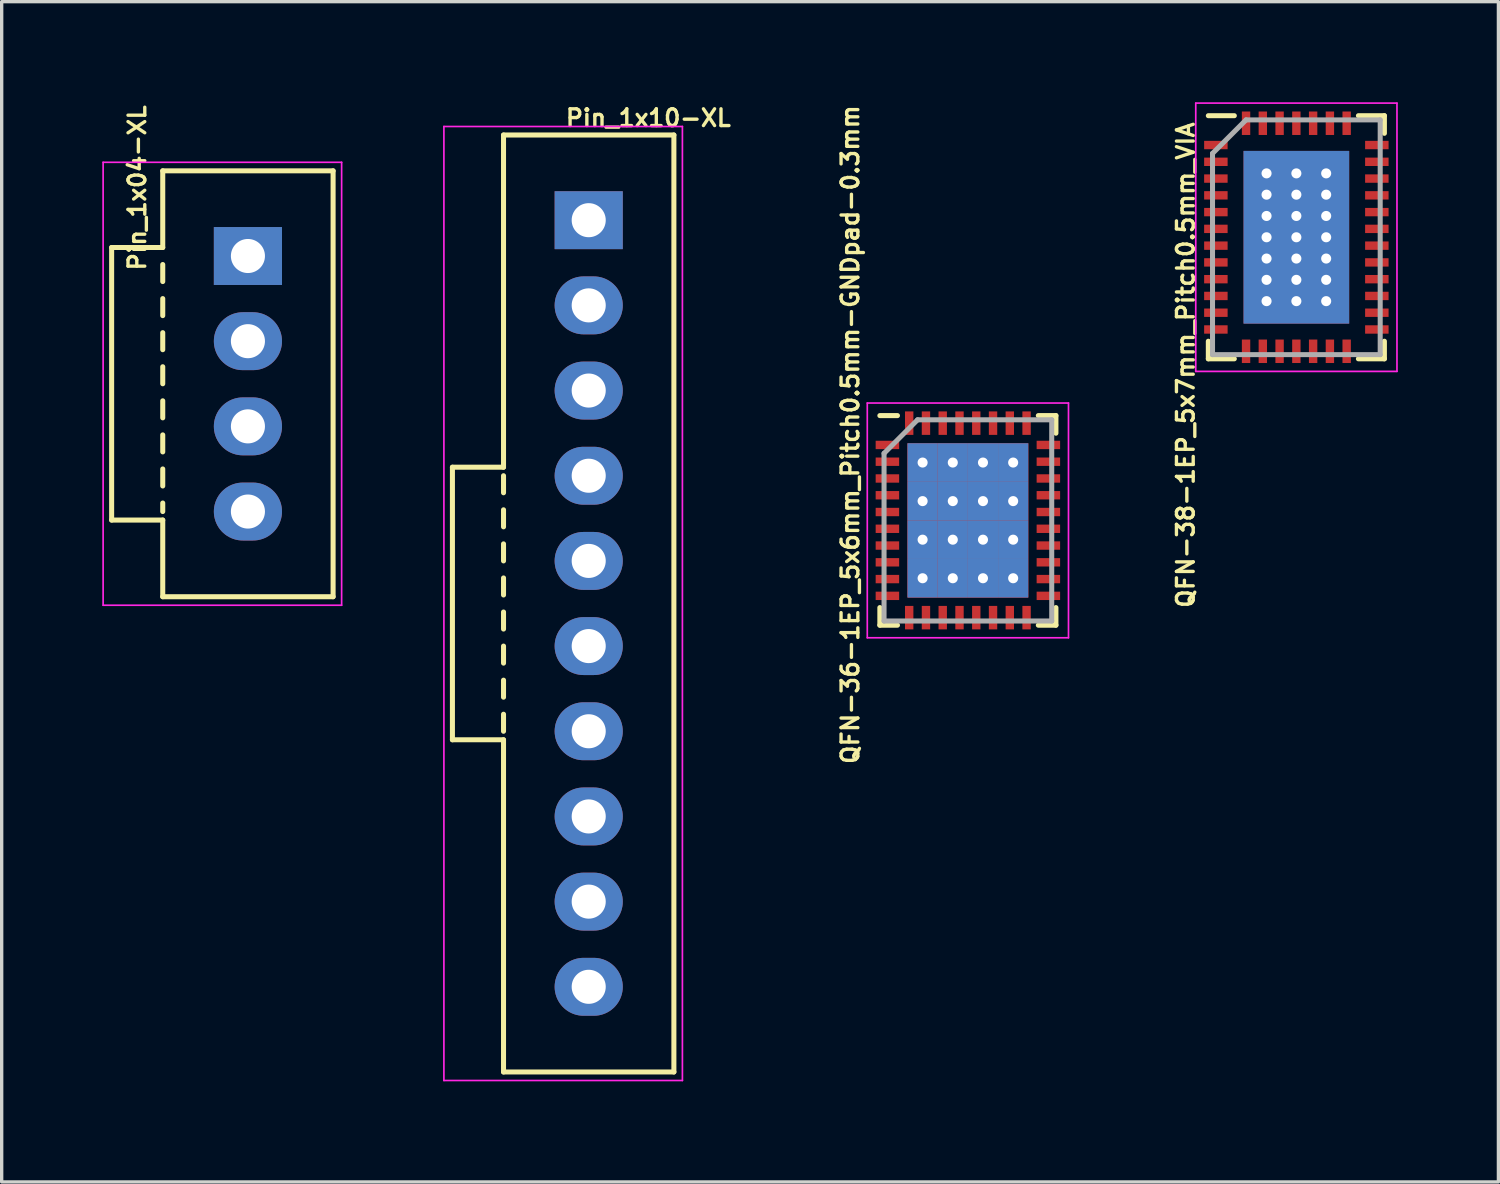
<source format=kicad_pcb>
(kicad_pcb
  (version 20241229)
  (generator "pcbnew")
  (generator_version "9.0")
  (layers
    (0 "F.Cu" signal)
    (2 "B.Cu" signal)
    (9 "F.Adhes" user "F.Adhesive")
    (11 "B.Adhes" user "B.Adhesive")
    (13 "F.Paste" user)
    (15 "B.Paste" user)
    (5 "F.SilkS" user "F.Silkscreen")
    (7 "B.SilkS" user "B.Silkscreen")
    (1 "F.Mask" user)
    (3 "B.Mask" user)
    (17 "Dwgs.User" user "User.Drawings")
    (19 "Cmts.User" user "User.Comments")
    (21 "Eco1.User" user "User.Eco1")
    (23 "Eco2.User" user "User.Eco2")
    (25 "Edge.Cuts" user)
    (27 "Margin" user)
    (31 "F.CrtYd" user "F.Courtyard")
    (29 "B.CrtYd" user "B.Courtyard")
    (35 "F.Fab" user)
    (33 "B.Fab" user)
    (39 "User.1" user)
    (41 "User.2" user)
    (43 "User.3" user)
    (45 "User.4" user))
  (footprint "Pin_1x10-XL"
    (layer "F.Cu")
    (at 14.505 3.516)
    (property "Reference" "Pin_1x10-XL" (at 1.778 -3.048 180) (layer "F.SilkS") (effects (font (size 0.5 0.5) (thickness 0.1))))
    (attr through_hole)
    (fp_line (start -4.064 7.366) (end -4.064 15.494) (stroke (width 0.15) (type solid)) (layer "F.SilkS"))
    (fp_line (start -4.064 15.494) (end -2.54 15.494) (stroke (width 0.15) (type solid)) (layer "F.SilkS"))
    (fp_line (start -2.54 7.366) (end -4.064 7.366) (stroke (width 0.15) (type solid)) (layer "F.SilkS"))
    (fp_line (start -2.54 7.366) (end -2.54 -2.54) (stroke (width 0.15) (type solid)) (layer "F.SilkS"))
    (fp_line (start -2.54 7.62) (end -2.54 8.128) (stroke (width 0.15) (type solid)) (layer "F.SilkS"))
    (fp_line (start -2.54 8.636) (end -2.54 9.144) (stroke (width 0.15) (type solid)) (layer "F.SilkS"))
    (fp_line (start -2.54 9.652) (end -2.54 10.16) (stroke (width 0.15) (type solid)) (layer "F.SilkS"))
    (fp_line (start -2.54 10.668) (end -2.54 11.176) (stroke (width 0.15) (type solid)) (layer "F.SilkS"))
    (fp_line (start -2.54 11.684) (end -2.54 12.192) (stroke (width 0.15) (type solid)) (layer "F.SilkS"))
    (fp_line (start -2.54 12.7) (end -2.54 13.208) (stroke (width 0.15) (type solid)) (layer "F.SilkS"))
    (fp_line (start -2.54 13.716) (end -2.54 14.224) (stroke (width 0.15) (type solid)) (layer "F.SilkS"))
    (fp_line (start -2.54 14.732) (end -2.54 15.24) (stroke (width 0.15) (type solid)) (layer "F.SilkS"))
    (fp_line (start -2.54 25.4) (end -2.54 15.494) (stroke (width 0.15) (type solid)) (layer "F.SilkS"))
    (fp_line (start -2.54 25.4) (end 2.54 25.4) (stroke (width 0.15) (type solid)) (layer "F.SilkS"))
    (fp_line (start 2.54 -2.54) (end -2.54 -2.54) (stroke (width 0.15) (type solid)) (layer "F.SilkS"))
    (fp_line (start 2.54 25.4) (end 2.54 -2.54) (stroke (width 0.15) (type solid)) (layer "F.SilkS"))
    (fp_line (start -4.318 -2.794) (end -4.318 25.654) (stroke (width 0.05) (type solid)) (layer "F.CrtYd"))
    (fp_line (start -4.318 25.654) (end 2.794 25.654) (stroke (width 0.05) (type solid)) (layer "F.CrtYd"))
    (fp_line (start 2.794 -2.794) (end -4.318 -2.794) (stroke (width 0.05) (type solid)) (layer "F.CrtYd"))
    (fp_line (start 2.794 25.654) (end 2.794 -2.794) (stroke (width 0.05) (type solid)) (layer "F.CrtYd"))
    (pad "1" thru_hole rect (at 0 0) (size 2.032 1.727) (drill 1.016) (layers "*.Cu" "*.Mask"))
    (pad "2" thru_hole oval (at 0 2.54) (size 2.032 1.727) (drill 1.016) (layers "*.Cu" "*.Mask"))
    (pad "3" thru_hole oval (at 0 5.08) (size 2.032 1.727) (drill 1.016) (layers "*.Cu" "*.Mask"))
    (pad "4" thru_hole oval (at 0 7.62) (size 2.032 1.727) (drill 1.016) (layers "*.Cu" "*.Mask"))
    (pad "5" thru_hole oval (at 0 10.16) (size 2.032 1.727) (drill 1.016) (layers "*.Cu" "*.Mask"))
    (pad "6" thru_hole oval (at 0 12.7) (size 2.032 1.727) (drill 1.016) (layers "*.Cu" "*.Mask"))
    (pad "7" thru_hole oval (at 0 15.24) (size 2.032 1.727) (drill 1.016) (layers "*.Cu" "*.Mask"))
    (pad "8" thru_hole oval (at 0 17.78) (size 2.032 1.727) (drill 1.016) (layers "*.Cu" "*.Mask"))
    (pad "9" thru_hole oval (at 0 20.32) (size 2.032 1.727) (drill 1.016) (layers "*.Cu" "*.Mask"))
    (pad "10" thru_hole oval (at 0 22.86) (size 2.032 1.727) (drill 1.016) (layers "*.Cu" "*.Mask")))
  (footprint "QFN-36-1EP_5x6mm_Pitch0.5mm-GNDpad-0.3mm"
    (layer "F.Cu")
    (at 25.812 12.468)
    (property "Reference" "QFN-36-1EP_5x6mm_Pitch0.5mm-GNDpad-0.3mm" (at -3.508 -2.559 90) (layer "F.SilkS") (effects (font (size 0.5 0.5) (thickness 0.1))))
    (attr smd)
    (fp_line (start -2.625 -3.125) (end -2.1 -3.125) (stroke (width 0.15) (type solid)) (layer "F.SilkS"))
    (fp_line (start -2.625 3.125) (end -2.625 2.6) (stroke (width 0.15) (type solid)) (layer "F.SilkS"))
    (fp_line (start -2.625 3.125) (end -2.1 3.125) (stroke (width 0.15) (type solid)) (layer "F.SilkS"))
    (fp_line (start 2.625 -3.125) (end 2.1 -3.125) (stroke (width 0.15) (type solid)) (layer "F.SilkS"))
    (fp_line (start 2.625 -3.125) (end 2.625 -2.6) (stroke (width 0.15) (type solid)) (layer "F.SilkS"))
    (fp_line (start 2.625 3.125) (end 2.1 3.125) (stroke (width 0.15) (type solid)) (layer "F.SilkS"))
    (fp_line (start 2.625 3.125) (end 2.625 2.6) (stroke (width 0.15) (type solid)) (layer "F.SilkS"))
    (fp_line (start -3 -3.5) (end -3 3.5) (stroke (width 0.05) (type solid)) (layer "F.CrtYd"))
    (fp_line (start -3 -3.5) (end 3 -3.5) (stroke (width 0.05) (type solid)) (layer "F.CrtYd"))
    (fp_line (start -3 3.5) (end 3 3.5) (stroke (width 0.05) (type solid)) (layer "F.CrtYd"))
    (fp_line (start 3 -3.5) (end 3 3.5) (stroke (width 0.05) (type solid)) (layer "F.CrtYd"))
    (fp_line (start -2.5 -2) (end -1.5 -3) (stroke (width 0.15) (type solid)) (layer "F.Fab"))
    (fp_line (start -2.5 3) (end -2.5 -2) (stroke (width 0.15) (type solid)) (layer "F.Fab"))
    (fp_line (start -1.5 -3) (end 2.5 -3) (stroke (width 0.15) (type solid)) (layer "F.Fab"))
    (fp_line (start 2.5 -3) (end 2.5 3) (stroke (width 0.15) (type solid)) (layer "F.Fab"))
    (fp_line (start 2.5 3) (end -2.5 3) (stroke (width 0.15) (type solid)) (layer "F.Fab"))
    (pad "1" smd rect (at -2.4 -2.25) (size 0.7 0.25) (layers "F.Cu" "F.Mask" "F.Paste"))
    (pad "2" smd rect (at -2.4 -1.75) (size 0.7 0.25) (layers "F.Cu" "F.Mask" "F.Paste"))
    (pad "3" smd rect (at -2.4 -1.25) (size 0.7 0.25) (layers "F.Cu" "F.Mask" "F.Paste"))
    (pad "4" smd rect (at -2.4 -0.75) (size 0.7 0.25) (layers "F.Cu" "F.Mask" "F.Paste"))
    (pad "5" smd rect (at -2.4 -0.25) (size 0.7 0.25) (layers "F.Cu" "F.Mask" "F.Paste"))
    (pad "6" smd rect (at -2.4 0.25) (size 0.7 0.25) (layers "F.Cu" "F.Mask" "F.Paste"))
    (pad "7" smd rect (at -2.4 0.75) (size 0.7 0.25) (layers "F.Cu" "F.Mask" "F.Paste"))
    (pad "8" smd rect (at -2.4 1.25) (size 0.7 0.25) (layers "F.Cu" "F.Mask" "F.Paste"))
    (pad "9" smd rect (at -2.4 1.75) (size 0.7 0.25) (layers "F.Cu" "F.Mask" "F.Paste"))
    (pad "10" smd rect (at -2.4 2.25) (size 0.7 0.25) (layers "F.Cu" "F.Mask" "F.Paste"))
    (pad "11" smd rect (at -1.75 2.9 90) (size 0.7 0.25) (layers "F.Cu" "F.Mask" "F.Paste"))
    (pad "12" smd rect (at -1.25 2.9 90) (size 0.7 0.25) (layers "F.Cu" "F.Mask" "F.Paste"))
    (pad "13" smd rect (at -0.75 2.9 90) (size 0.7 0.25) (layers "F.Cu" "F.Mask" "F.Paste"))
    (pad "14" smd rect (at -0.25 2.9 90) (size 0.7 0.25) (layers "F.Cu" "F.Mask" "F.Paste"))
    (pad "15" smd rect (at 0.25 2.9 90) (size 0.7 0.25) (layers "F.Cu" "F.Mask" "F.Paste"))
    (pad "16" smd rect (at 0.75 2.9 90) (size 0.7 0.25) (layers "F.Cu" "F.Mask" "F.Paste"))
    (pad "17" smd rect (at 1.25 2.9 90) (size 0.7 0.25) (layers "F.Cu" "F.Mask" "F.Paste"))
    (pad "18" smd rect (at 1.75 2.9 90) (size 0.7 0.25) (layers "F.Cu" "F.Mask" "F.Paste"))
    (pad "19" smd rect (at 2.4 2.25) (size 0.7 0.25) (layers "F.Cu" "F.Mask" "F.Paste"))
    (pad "20" smd rect (at 2.4 1.75) (size 0.7 0.25) (layers "F.Cu" "F.Mask" "F.Paste"))
    (pad "21" smd rect (at 2.4 1.25) (size 0.7 0.25) (layers "F.Cu" "F.Mask" "F.Paste"))
    (pad "22" smd rect (at 2.4 0.75) (size 0.7 0.25) (layers "F.Cu" "F.Mask" "F.Paste"))
    (pad "23" smd rect (at 2.4 0.25) (size 0.7 0.25) (layers "F.Cu" "F.Mask" "F.Paste"))
    (pad "24" smd rect (at 2.4 -0.25) (size 0.7 0.25) (layers "F.Cu" "F.Mask" "F.Paste"))
    (pad "25" smd rect (at 2.4 -0.75) (size 0.7 0.25) (layers "F.Cu" "F.Mask" "F.Paste"))
    (pad "26" smd rect (at 2.4 -1.25) (size 0.7 0.25) (layers "F.Cu" "F.Mask" "F.Paste"))
    (pad "27" smd rect (at 2.4 -1.75) (size 0.7 0.25) (layers "F.Cu" "F.Mask" "F.Paste"))
    (pad "28" smd rect (at 2.4 -2.25) (size 0.7 0.25) (layers "F.Cu" "F.Mask" "F.Paste"))
    (pad "29" smd rect (at 1.75 -2.9 90) (size 0.7 0.25) (layers "F.Cu" "F.Mask" "F.Paste"))
    (pad "30" smd rect (at 1.25 -2.9 90) (size 0.7 0.25) (layers "F.Cu" "F.Mask" "F.Paste"))
    (pad "31" smd rect (at 0.75 -2.9 90) (size 0.7 0.25) (layers "F.Cu" "F.Mask" "F.Paste"))
    (pad "32" smd rect (at 0.25 -2.9 90) (size 0.7 0.25) (layers "F.Cu" "F.Mask" "F.Paste"))
    (pad "33" smd rect (at -0.25 -2.9 90) (size 0.7 0.25) (layers "F.Cu" "F.Mask" "F.Paste"))
    (pad "34" smd rect (at -0.75 -2.9 90) (size 0.7 0.25) (layers "F.Cu" "F.Mask" "F.Paste"))
    (pad "35" smd rect (at -1.25 -2.9 90) (size 0.7 0.25) (layers "F.Cu" "F.Mask" "F.Paste"))
    (pad "36" smd rect (at -1.75 -2.9 90) (size 0.7 0.25) (layers "F.Cu" "F.Mask" "F.Paste"))
    (pad "37" thru_hole rect (at -1.35 -1.725) (size 0.9 1.15) (drill 0.3) (layers "*.Cu" "F.Mask"))
    (pad "37" thru_hole rect (at -1.35 -0.575) (size 0.9 1.15) (drill 0.3) (layers "*.Cu" "F.Mask"))
    (pad "37" thru_hole rect (at -1.35 0.575) (size 0.9 1.15) (drill 0.3) (layers "*.Cu" "F.Mask"))
    (pad "37" thru_hole rect (at -1.35 1.725) (size 0.9 1.15) (drill 0.3) (layers "*.Cu" "F.Mask"))
    (pad "37" thru_hole rect (at -0.45 -1.725) (size 0.9 1.15) (drill 0.3) (layers "*.Cu" "F.Mask"))
    (pad "37" thru_hole rect (at -0.45 -0.575) (size 0.9 1.15) (drill 0.3) (layers "*.Cu" "F.Mask"))
    (pad "37" thru_hole rect (at -0.45 0.575) (size 0.9 1.15) (drill 0.3) (layers "*.Cu" "F.Mask"))
    (pad "37" thru_hole rect (at -0.45 1.725) (size 0.9 1.15) (drill 0.3) (layers "*.Cu" "F.Mask"))
    (pad "37" smd rect (at 0 0) (size 3.6 4.6) (layers "F.Cu" "F.Mask" "F.Paste"))
    (pad "37" thru_hole rect (at 0.45 -1.725) (size 0.9 1.15) (drill 0.3) (layers "*.Cu" "F.Mask"))
    (pad "37" thru_hole rect (at 0.45 -0.575) (size 0.9 1.15) (drill 0.3) (layers "*.Cu" "F.Mask"))
    (pad "37" thru_hole rect (at 0.45 0.575) (size 0.9 1.15) (drill 0.3) (layers "*.Cu" "F.Mask"))
    (pad "37" thru_hole rect (at 0.45 1.725) (size 0.9 1.15) (drill 0.3) (layers "*.Cu" "F.Mask"))
    (pad "37" thru_hole rect (at 1.35 -1.725) (size 0.9 1.15) (drill 0.3) (layers "*.Cu" "F.Mask"))
    (pad "37" thru_hole rect (at 1.35 -0.575) (size 0.9 1.15) (drill 0.3) (layers "*.Cu" "F.Mask"))
    (pad "37" thru_hole rect (at 1.35 0.575) (size 0.9 1.15) (drill 0.3) (layers "*.Cu" "F.Mask"))
    (pad "37" thru_hole rect (at 1.35 1.725) (size 0.9 1.15) (drill 0.3) (layers "*.Cu" "F.Mask")))
  (footprint "Pin_1x04-XL"
    (layer "F.Cu")
    (at 4.343 4.584)
    (property "Reference" "Pin_1x04-XL" (at -3.302 -2.032 270) (layer "F.SilkS") (effects (font (size 0.5 0.5) (thickness 0.1))))
    (attr through_hole)
    (fp_line (start -4.064 -0.254) (end -4.064 7.874) (stroke (width 0.15) (type solid)) (layer "F.SilkS"))
    (fp_line (start -4.064 7.874) (end -2.54 7.874) (stroke (width 0.15) (type solid)) (layer "F.SilkS"))
    (fp_line (start -2.54 -2.54) (end -2.54 -0.254) (stroke (width 0.15) (type solid)) (layer "F.SilkS"))
    (fp_line (start -2.54 -0.254) (end -4.064 -0.254) (stroke (width 0.15) (type solid)) (layer "F.SilkS"))
    (fp_line (start -2.54 0.254) (end -2.54 0.762) (stroke (width 0.15) (type solid)) (layer "F.SilkS"))
    (fp_line (start -2.54 1.27) (end -2.54 1.778) (stroke (width 0.15) (type solid)) (layer "F.SilkS"))
    (fp_line (start -2.54 2.286) (end -2.54 2.794) (stroke (width 0.15) (type solid)) (layer "F.SilkS"))
    (fp_line (start -2.54 3.302) (end -2.54 3.81) (stroke (width 0.15) (type solid)) (layer "F.SilkS"))
    (fp_line (start -2.54 4.318) (end -2.54 4.826) (stroke (width 0.15) (type solid)) (layer "F.SilkS"))
    (fp_line (start -2.54 5.334) (end -2.54 5.842) (stroke (width 0.15) (type solid)) (layer "F.SilkS"))
    (fp_line (start -2.54 6.35) (end -2.54 6.858) (stroke (width 0.15) (type solid)) (layer "F.SilkS"))
    (fp_line (start -2.54 7.366) (end -2.54 7.62) (stroke (width 0.15) (type solid)) (layer "F.SilkS"))
    (fp_line (start -2.54 7.874) (end -2.54 10.16) (stroke (width 0.15) (type solid)) (layer "F.SilkS"))
    (fp_line (start -2.54 10.16) (end 2.54 10.16) (stroke (width 0.15) (type solid)) (layer "F.SilkS"))
    (fp_line (start 2.54 -2.54) (end -2.54 -2.54) (stroke (width 0.15) (type solid)) (layer "F.SilkS"))
    (fp_line (start 2.54 10.16) (end 2.54 -2.54) (stroke (width 0.15) (type solid)) (layer "F.SilkS"))
    (fp_line (start -4.318 -2.794) (end -4.318 10.414) (stroke (width 0.05) (type solid)) (layer "F.CrtYd"))
    (fp_line (start -4.318 10.414) (end 2.794 10.414) (stroke (width 0.05) (type solid)) (layer "F.CrtYd"))
    (fp_line (start 2.794 -2.794) (end -4.318 -2.794) (stroke (width 0.05) (type solid)) (layer "F.CrtYd"))
    (fp_line (start 2.794 10.414) (end 2.794 -2.794) (stroke (width 0.05) (type solid)) (layer "F.CrtYd"))
    (pad "1" thru_hole rect (at 0 0) (size 2.032 1.727) (drill 1.016) (layers "*.Cu" "*.Mask"))
    (pad "2" thru_hole oval (at 0 2.54) (size 2.032 1.727) (drill 1.016) (layers "*.Cu" "*.Mask"))
    (pad "3" thru_hole oval (at 0 5.08) (size 2.032 1.727) (drill 1.016) (layers "*.Cu" "*.Mask"))
    (pad "4" thru_hole oval (at 0 7.62) (size 2.032 1.727) (drill 1.016) (layers "*.Cu" "*.Mask")))
  (footprint "QFN-38-1EP_5x7mm_Pitch0.5mm_VIA"
    (layer "F.Cu")
    (at 35.607 4.025)
    (property "Reference" "QFN-38-1EP_5x7mm_Pitch0.5mm_VIA" (at -3.302 3.81 90) (layer "F.SilkS") (effects (font (size 0.5 0.5) (thickness 0.1))))
    (attr smd)
    (fp_line (start -2.625 -3.625) (end -1.85 -3.625) (stroke (width 0.15) (type solid)) (layer "F.SilkS"))
    (fp_line (start -2.625 3.625) (end -2.625 3.1) (stroke (width 0.15) (type solid)) (layer "F.SilkS"))
    (fp_line (start -2.625 3.625) (end -1.85 3.625) (stroke (width 0.15) (type solid)) (layer "F.SilkS"))
    (fp_line (start 2.625 -3.625) (end 1.85 -3.625) (stroke (width 0.15) (type solid)) (layer "F.SilkS"))
    (fp_line (start 2.625 -3.625) (end 2.625 -3.1) (stroke (width 0.15) (type solid)) (layer "F.SilkS"))
    (fp_line (start 2.625 3.625) (end 1.85 3.625) (stroke (width 0.15) (type solid)) (layer "F.SilkS"))
    (fp_line (start 2.625 3.625) (end 2.625 3.1) (stroke (width 0.15) (type solid)) (layer "F.SilkS"))
    (fp_line (start -3 -4) (end -3 4) (stroke (width 0.05) (type solid)) (layer "F.CrtYd"))
    (fp_line (start -3 -4) (end 3 -4) (stroke (width 0.05) (type solid)) (layer "F.CrtYd"))
    (fp_line (start -3 4) (end 3 4) (stroke (width 0.05) (type solid)) (layer "F.CrtYd"))
    (fp_line (start 3 -4) (end 3 4) (stroke (width 0.05) (type solid)) (layer "F.CrtYd"))
    (fp_line (start -2.5 -2.5) (end -1.5 -3.5) (stroke (width 0.15) (type solid)) (layer "F.Fab"))
    (fp_line (start -2.5 3.5) (end -2.5 -2.5) (stroke (width 0.15) (type solid)) (layer "F.Fab"))
    (fp_line (start -1.5 -3.5) (end 2.5 -3.5) (stroke (width 0.15) (type solid)) (layer "F.Fab"))
    (fp_line (start 2.5 -3.5) (end 2.5 3.5) (stroke (width 0.15) (type solid)) (layer "F.Fab"))
    (fp_line (start 2.5 3.5) (end -2.5 3.5) (stroke (width 0.15) (type solid)) (layer "F.Fab"))
    (pad "1" smd rect (at -2.4 -2.75) (size 0.7 0.25) (layers "F.Cu" "F.Mask" "F.Paste"))
    (pad "2" smd rect (at -2.4 -2.25) (size 0.7 0.25) (layers "F.Cu" "F.Mask" "F.Paste"))
    (pad "3" smd rect (at -2.4 -1.75) (size 0.7 0.25) (layers "F.Cu" "F.Mask" "F.Paste"))
    (pad "4" smd rect (at -2.4 -1.25) (size 0.7 0.25) (layers "F.Cu" "F.Mask" "F.Paste"))
    (pad "5" smd rect (at -2.4 -0.75) (size 0.7 0.25) (layers "F.Cu" "F.Mask" "F.Paste"))
    (pad "6" smd rect (at -2.4 -0.25) (size 0.7 0.25) (layers "F.Cu" "F.Mask" "F.Paste"))
    (pad "7" smd rect (at -2.4 0.25) (size 0.7 0.25) (layers "F.Cu" "F.Mask" "F.Paste"))
    (pad "8" smd rect (at -2.4 0.75) (size 0.7 0.25) (layers "F.Cu" "F.Mask" "F.Paste"))
    (pad "9" smd rect (at -2.4 1.25) (size 0.7 0.25) (layers "F.Cu" "F.Mask" "F.Paste"))
    (pad "10" smd rect (at -2.4 1.75) (size 0.7 0.25) (layers "F.Cu" "F.Mask" "F.Paste"))
    (pad "11" smd rect (at -2.4 2.25) (size 0.7 0.25) (layers "F.Cu" "F.Mask" "F.Paste"))
    (pad "12" smd rect (at -2.4 2.75) (size 0.7 0.25) (layers "F.Cu" "F.Mask" "F.Paste"))
    (pad "13" smd rect (at -1.5 3.4 90) (size 0.7 0.25) (layers "F.Cu" "F.Mask" "F.Paste"))
    (pad "14" smd rect (at -1 3.4 90) (size 0.7 0.25) (layers "F.Cu" "F.Mask" "F.Paste"))
    (pad "15" smd rect (at -0.5 3.4 90) (size 0.7 0.25) (layers "F.Cu" "F.Mask" "F.Paste"))
    (pad "16" smd rect (at 0 3.4 90) (size 0.7 0.25) (layers "F.Cu" "F.Mask" "F.Paste"))
    (pad "17" smd rect (at 0.5 3.4 90) (size 0.7 0.25) (layers "F.Cu" "F.Mask" "F.Paste"))
    (pad "18" smd rect (at 1 3.4 90) (size 0.7 0.25) (layers "F.Cu" "F.Mask" "F.Paste"))
    (pad "19" smd rect (at 1.5 3.4 90) (size 0.7 0.25) (layers "F.Cu" "F.Mask" "F.Paste"))
    (pad "20" smd rect (at 2.4 2.75) (size 0.7 0.25) (layers "F.Cu" "F.Mask" "F.Paste"))
    (pad "21" smd rect (at 2.4 2.25) (size 0.7 0.25) (layers "F.Cu" "F.Mask" "F.Paste"))
    (pad "22" smd rect (at 2.4 1.75) (size 0.7 0.25) (layers "F.Cu" "F.Mask" "F.Paste"))
    (pad "23" smd rect (at 2.4 1.25) (size 0.7 0.25) (layers "F.Cu" "F.Mask" "F.Paste"))
    (pad "24" smd rect (at 2.4 0.75) (size 0.7 0.25) (layers "F.Cu" "F.Mask" "F.Paste"))
    (pad "25" smd rect (at 2.4 0.25) (size 0.7 0.25) (layers "F.Cu" "F.Mask" "F.Paste"))
    (pad "26" smd rect (at 2.4 -0.25) (size 0.7 0.25) (layers "F.Cu" "F.Mask" "F.Paste"))
    (pad "27" smd rect (at 2.4 -0.75) (size 0.7 0.25) (layers "F.Cu" "F.Mask" "F.Paste"))
    (pad "28" smd rect (at 2.4 -1.25) (size 0.7 0.25) (layers "F.Cu" "F.Mask" "F.Paste"))
    (pad "29" smd rect (at 2.4 -1.75) (size 0.7 0.25) (layers "F.Cu" "F.Mask" "F.Paste"))
    (pad "30" smd rect (at 2.4 -2.25) (size 0.7 0.25) (layers "F.Cu" "F.Mask" "F.Paste"))
    (pad "31" smd rect (at 2.4 -2.75) (size 0.7 0.25) (layers "F.Cu" "F.Mask" "F.Paste"))
    (pad "32" smd rect (at 1.5 -3.4 90) (size 0.7 0.25) (layers "F.Cu" "F.Mask" "F.Paste"))
    (pad "33" smd rect (at 1 -3.4 90) (size 0.7 0.25) (layers "F.Cu" "F.Mask" "F.Paste"))
    (pad "34" smd rect (at 0.5 -3.4 90) (size 0.7 0.25) (layers "F.Cu" "F.Mask" "F.Paste"))
    (pad "35" smd rect (at 0 -3.4 90) (size 0.7 0.25) (layers "F.Cu" "F.Mask" "F.Paste"))
    (pad "36" smd rect (at -0.5 -3.4 90) (size 0.7 0.25) (layers "F.Cu" "F.Mask" "F.Paste"))
    (pad "37" smd rect (at -1 -3.4 90) (size 0.7 0.25) (layers "F.Cu" "F.Mask" "F.Paste"))
    (pad "38" smd rect (at -1.5 -3.4 90) (size 0.7 0.25) (layers "F.Cu" "F.Mask" "F.Paste"))
    (pad "39" thru_hole rect (at -0.889 -1.905) (size 0.5 0.5) (drill 0.3) (layers "*.Cu" "F.Mask"))
    (pad "39" thru_hole rect (at -0.889 -1.27) (size 0.5 0.5) (drill 0.3) (layers "*.Cu" "F.Mask"))
    (pad "39" thru_hole rect (at -0.889 -0.635) (size 0.5 0.5) (drill 0.3) (layers "*.Cu" "F.Mask"))
    (pad "39" thru_hole rect (at -0.889 0) (size 0.5 0.5) (drill 0.3) (layers "*.Cu" "F.Mask"))
    (pad "39" thru_hole rect (at -0.889 0.635) (size 0.5 0.5) (drill 0.3) (layers "*.Cu" "F.Mask"))
    (pad "39" thru_hole rect (at -0.889 1.27) (size 0.5 0.5) (drill 0.3) (layers "*.Cu" "F.Mask"))
    (pad "39" thru_hole rect (at -0.889 1.905) (size 0.5 0.5) (drill 0.3) (layers "*.Cu" "F.Mask"))
    (pad "39" thru_hole rect (at 0 -1.905) (size 0.5 0.5) (drill 0.3) (layers "*.Cu" "F.Mask"))
    (pad "39" thru_hole rect (at 0 -1.27) (size 0.5 0.5) (drill 0.3) (layers "*.Cu" "F.Mask"))
    (pad "39" thru_hole rect (at 0 -0.635) (size 0.5 0.5) (drill 0.3) (layers "*.Cu" "F.Mask"))
    (pad "39" thru_hole rect (at 0 0) (size 3.15 5.15) (drill 0.3) (layers "*.Cu" "F.Mask" "F.Paste"))
    (pad "39" thru_hole rect (at 0 0.635) (size 0.5 0.5) (drill 0.3) (layers "*.Cu" "F.Mask"))
    (pad "39" thru_hole rect (at 0 1.27) (size 0.5 0.5) (drill 0.3) (layers "*.Cu" "F.Mask"))
    (pad "39" thru_hole rect (at 0 1.905) (size 0.5 0.5) (drill 0.3) (layers "*.Cu" "F.Mask"))
    (pad "39" thru_hole rect (at 0.889 -1.905) (size 0.5 0.5) (drill 0.3) (layers "*.Cu" "F.Mask"))
    (pad "39" thru_hole rect (at 0.889 -1.27) (size 0.5 0.5) (drill 0.3) (layers "*.Cu" "F.Mask"))
    (pad "39" thru_hole rect (at 0.889 -0.635) (size 0.5 0.5) (drill 0.3) (layers "*.Cu" "F.Mask"))
    (pad "39" thru_hole rect (at 0.889 0) (size 0.5 0.5) (drill 0.3) (layers "*.Cu" "F.Mask"))
    (pad "39" thru_hole rect (at 0.889 0.635) (size 0.5 0.5) (drill 0.3) (layers "*.Cu" "F.Mask"))
    (pad "39" thru_hole rect (at 0.889 1.27) (size 0.5 0.5) (drill 0.3) (layers "*.Cu" "F.Mask"))
    (pad "39" thru_hole rect (at 0.889 1.905) (size 0.5 0.5) (drill 0.3) (layers "*.Cu" "F.Mask")))
  (gr_rect
    (start -3 -3)
    (end 41.632 32.195)
    (stroke (width 0.1) (type default))
    (fill no)
    (layer "Edge.Cuts")))
</source>
